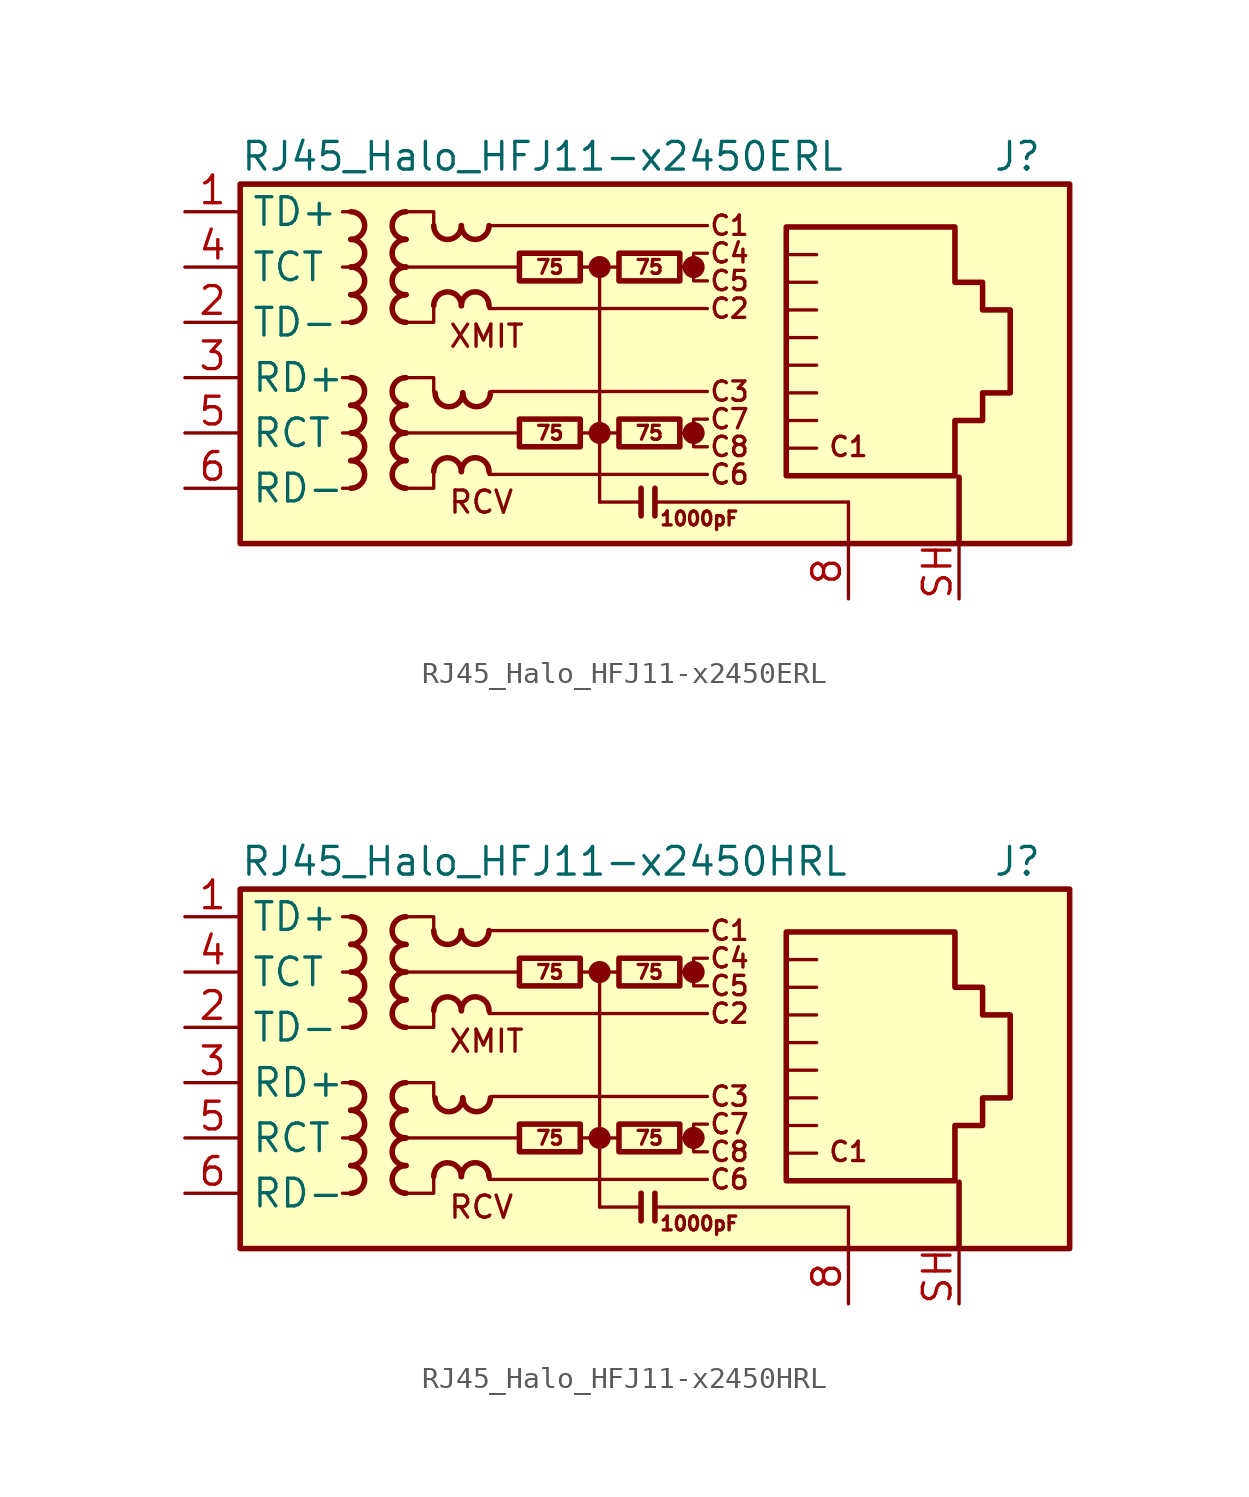
<source format=kicad_sym>
(kicad_symbol_lib
  (version 20220914)
  (generator kicad_symbol_editor)
  (symbol "RJ45_Halo_HFJ11-x2450ERL"
    (property "Reference" "J"
      (at 19.05 10.16 0)
      (effects (font (size 1.27 1.27)) (justify right)))
    (property "Value" "RJ45_Halo_HFJ11-x2450ERL"
      (at -17.78 10.16 0)
      (effects (font (size 1.27 1.27)) (justify left)))
    (symbol "RJ45_Halo_HFJ11-x2450ERL_0_0"
      (circle (center -1.27 -2.54) (radius 0.0001) (stroke (width 0.508) (type default)) (fill (type none)))
      (circle (center -1.27 5.08) (radius 0.0001) (stroke (width 0.508) (type default)) (fill (type none)))
      (polyline (pts (xy -1.27 5.08) (xy -1.27 -5.715)) (stroke (width 0) (type default)) (fill (type none)))
      (polyline (pts (xy 0.635 -5.08) (xy 0.635 -6.35)) (stroke (width 0.254) (type default)) (fill (type none)))
      (polyline (pts (xy 1.27 -5.08) (xy 1.27 -6.35)) (stroke (width 0.254) (type default)) (fill (type none)))
      (polyline (pts (xy 3.048 -2.54) (xy 2.54 -2.54)) (stroke (width 0) (type default)) (fill (type none)))
      (polyline (pts (xy 3.048 5.08) (xy 2.54 5.08)) (stroke (width 0) (type default)) (fill (type none)))
      (polyline (pts (xy 3.683 -1.905) (xy 3.048 -1.905) (xy 3.048 -3.175) (xy 3.683 -3.175)) (stroke (width 0) (type default)) (fill (type none)))
      (polyline (pts (xy 3.683 5.715) (xy 3.048 5.715) (xy 3.048 4.445) (xy 3.683 4.445)) (stroke (width 0) (type default)) (fill (type none)))
      (circle (center 3.048 -2.54) (radius 0.0001) (stroke (width 0.508) (type default)) (fill (type none)))
      (circle (center 3.048 5.08) (radius 0.0001) (stroke (width 0.508) (type default)) (fill (type none)))
      (text "C1" (at 4.699 6.985 0) (effects (font (size 0.889 0.889))))
      (text "C1" (at 10.16 -3.175 0) (effects (font (size 0.889 0.889))))
      (text "C2" (at 4.699 3.175 0) (effects (font (size 0.889 0.889))))
      (text "C3" (at 4.699 -0.635 0) (effects (font (size 0.889 0.889))))
      (text "C4" (at 4.699 5.715 0) (effects (font (size 0.889 0.889))))
      (text "C5" (at 4.699 4.445 0) (effects (font (size 0.889 0.889))))
      (text "C6" (at 4.699 -4.445 0) (effects (font (size 0.889 0.889))))
      (text "C7" (at 4.699 -1.905 0) (effects (font (size 0.889 0.889))))
      (text "C8" (at 4.699 -3.175 0) (effects (font (size 0.889 0.889))))
      (text "RCV" (at -8.255 -5.715 0) (effects (font (size 1.016 1.016)) (justify left)))
      (text "XMIT" (at -8.255 1.905 0) (effects (font (size 1.016 1.016)) (justify left))))
    (symbol "RJ45_Halo_HFJ11-x2450ERL_0_1"
      (rectangle (start -17.78 8.89) (end 20.32 -7.62) (stroke (width 0.254) (type default)) (fill (type background)))
      (polyline (pts (xy -12.7 -5.08) (xy -13.081 -5.08)) (stroke (width 0) (type default)) (fill (type none)))
      (polyline (pts (xy -12.7 -2.54) (xy -13.081 -2.54)) (stroke (width 0) (type default)) (fill (type none)))
      (polyline (pts (xy -12.7 0) (xy -13.081 0)) (stroke (width 0) (type default)) (fill (type none)))
      (polyline (pts (xy -12.7 2.54) (xy -13.081 2.54)) (stroke (width 0) (type default)) (fill (type none)))
      (polyline (pts (xy -12.7 5.08) (xy -13.081 5.08)) (stroke (width 0) (type default)) (fill (type none)))
      (polyline (pts (xy -12.7 7.62) (xy -13.081 7.62)) (stroke (width 0) (type default)) (fill (type none)))
      (polyline (pts (xy -6.35 -4.445) (xy 3.683 -4.445)) (stroke (width 0) (type default)) (fill (type none)))
      (polyline (pts (xy -6.35 3.175) (xy 3.683 3.175)) (stroke (width 0) (type default)) (fill (type none)))
      (polyline (pts (xy -6.35 6.985) (xy 3.683 6.985)) (stroke (width 0) (type default)) (fill (type none)))
      (polyline (pts (xy -6.223 -0.635) (xy 3.683 -0.635)) (stroke (width 0) (type default)) (fill (type none)))
      (polyline (pts (xy -5.08 -2.54) (xy -10.16 -2.54)) (stroke (width 0) (type default)) (fill (type none)))
      (polyline (pts (xy -4.953 5.08) (xy -10.16 5.08)) (stroke (width 0) (type default)) (fill (type none)))
      (polyline (pts (xy -2.159 -2.54) (xy -0.381 -2.54)) (stroke (width 0) (type default)) (fill (type none)))
      (polyline (pts (xy -2.159 5.08) (xy -0.381 5.08)) (stroke (width 0) (type default)) (fill (type none)))
      (polyline (pts (xy 0.635 -5.715) (xy -1.27 -5.715)) (stroke (width 0) (type default)) (fill (type none)))
      (polyline (pts (xy 7.429 -1.968) (xy 8.7 -1.968)) (stroke (width 0) (type default)) (fill (type none)))
      (polyline (pts (xy 7.429 -0.699) (xy 8.7 -0.699)) (stroke (width 0) (type default)) (fill (type none)))
      (polyline (pts (xy 7.429 0.572) (xy 8.7 0.572)) (stroke (width 0) (type default)) (fill (type none)))
      (polyline (pts (xy 7.429 1.841) (xy 8.7 1.841)) (stroke (width 0) (type default)) (fill (type none)))
      (polyline (pts (xy 7.429 3.111) (xy 8.7 3.111)) (stroke (width 0) (type default)) (fill (type none)))
      (polyline (pts (xy 8.7 -3.239) (xy 7.429 -3.239)) (stroke (width 0) (type default)) (fill (type none)))
      (polyline (pts (xy 8.7 4.381) (xy 7.429 4.381)) (stroke (width 0) (type default)) (fill (type none)))
      (polyline (pts (xy 8.7 5.652) (xy 7.429 5.652)) (stroke (width 0) (type default)) (fill (type none)))
      (polyline (pts (xy 10.16 -5.715) (xy 1.27 -5.715)) (stroke (width 0) (type default)) (fill (type none)))
      (polyline (pts (xy 10.16 -5.715) (xy 10.16 -7.62)) (stroke (width 0) (type default)) (fill (type none)))
      (polyline (pts (xy -10.16 0) (xy -8.89 0) (xy -8.89 -0.635)) (stroke (width 0) (type default)) (fill (type none)))
      (polyline (pts (xy -10.16 7.62) (xy -8.89 7.62) (xy -8.89 6.985)) (stroke (width 0) (type default)) (fill (type none)))
      (polyline (pts (xy -8.89 -4.445) (xy -8.89 -5.08) (xy -10.16 -5.08)) (stroke (width 0) (type default)) (fill (type none)))
      (polyline (pts (xy -8.89 3.175) (xy -8.89 2.54) (xy -10.16 2.54)) (stroke (width 0) (type default)) (fill (type none))))
    (symbol "RJ45_Halo_HFJ11-x2450ERL_1_0"
      (text "1000pF" (at 3.302 -6.477 0) (effects (font (size 0.635 0.635)))))
    (symbol "RJ45_Halo_HFJ11-x2450ERL_1_1"
      (arc (start -12.7 -1.27) (mid -12.0677 -0.635) (end -12.7 0) (stroke (width 0.254) (type default)) (fill (type none)))
      (arc (start -12.6973 -5.08) (mid -12.065 -4.445) (end -12.6973 -3.81) (stroke (width 0.254) (type default)) (fill (type none)))
      (arc (start -12.6973 -3.81) (mid -12.065 -3.175) (end -12.6973 -2.54) (stroke (width 0.254) (type default)) (fill (type none)))
      (arc (start -12.6973 -2.54) (mid -12.065 -1.905) (end -12.6973 -1.27) (stroke (width 0.254) (type default)) (fill (type none)))
      (arc (start -12.6973 6.35) (mid -12.065 6.985) (end -12.6973 7.62) (stroke (width 0.254) (type default)) (fill (type none)))
      (arc (start -12.6946 2.54) (mid -12.0623 3.175) (end -12.6946 3.81) (stroke (width 0.254) (type default)) (fill (type none)))
      (arc (start -12.6946 3.81) (mid -12.0623 4.445) (end -12.6946 5.08) (stroke (width 0.254) (type default)) (fill (type none)))
      (arc (start -12.6946 5.08) (mid -12.0623 5.715) (end -12.6946 6.35) (stroke (width 0.254) (type default)) (fill (type none)))
      (arc (start -10.1654 -2.54) (mid -10.7977 -3.175) (end -10.1654 -3.81) (stroke (width 0.254) (type default)) (fill (type none)))
      (arc (start -10.1654 -1.27) (mid -10.7977 -1.905) (end -10.1654 -2.54) (stroke (width 0.254) (type default)) (fill (type none)))
      (arc (start -10.1654 0) (mid -10.7977 -0.635) (end -10.1654 -1.27) (stroke (width 0.254) (type default)) (fill (type none)))
      (arc (start -10.1654 5.08) (mid -10.7977 4.445) (end -10.1654 3.81) (stroke (width 0.254) (type default)) (fill (type none)))
      (arc (start -10.1654 6.35) (mid -10.7977 5.715) (end -10.1654 5.08) (stroke (width 0.254) (type default)) (fill (type none)))
      (arc (start -10.1654 7.62) (mid -10.7977 6.985) (end -10.1654 6.35) (stroke (width 0.254) (type default)) (fill (type none)))
      (arc (start -10.1627 -3.81) (mid -10.795 -4.445) (end -10.1627 -5.08) (stroke (width 0.254) (type default)) (fill (type none)))
      (arc (start -10.1627 3.81) (mid -10.795 3.175) (end -10.1627 2.54) (stroke (width 0.254) (type default)) (fill (type none)))
      (arc (start -8.89 6.9823) (mid -8.255 6.35) (end -7.62 6.9823) (stroke (width 0.254) (type default)) (fill (type none)))
      (arc (start -8.8265 -0.7012) (mid -8.1915 -1.3335) (end -7.5565 -0.7012) (stroke (width 0.254) (type default)) (fill (type none)))
      (arc (start -7.62 -4.3153) (mid -8.255 -3.683) (end -8.89 -4.3153) (stroke (width 0.254) (type default)) (fill (type none)))
      (arc (start -7.62 3.3047) (mid -8.255 3.937) (end -8.89 3.3047) (stroke (width 0.254) (type default)) (fill (type none)))
      (arc (start -7.62 6.985) (mid -6.985 6.3527) (end -6.35 6.985) (stroke (width 0.254) (type default)) (fill (type none)))
      (arc (start -7.5565 -0.6985) (mid -6.9215 -1.3308) (end -6.2865 -0.6985) (stroke (width 0.254) (type default)) (fill (type none)))
      (arc (start -6.35 -4.3126) (mid -6.985 -3.6803) (end -7.62 -4.3126) (stroke (width 0.254) (type default)) (fill (type none)))
      (arc (start -6.35 3.3074) (mid -6.985 3.9397) (end -7.62 3.3074) (stroke (width 0.254) (type default)) (fill (type none)))
      (rectangle (start -4.953 -1.905) (end -2.159 -3.175) (stroke (width 0.254) (type default)) (fill (type none)))
      (rectangle (start -4.953 5.715) (end -2.159 4.445) (stroke (width 0.254) (type default)) (fill (type none)))
      (rectangle (start -0.381 -1.905) (end 2.413 -3.175) (stroke (width 0.254) (type default)) (fill (type none)))
      (rectangle (start -0.381 5.715) (end 2.413 4.445) (stroke (width 0.254) (type default)) (fill (type none)))
      (polyline (pts (xy 15.24 -7.62) (xy 15.24 -4.572)) (stroke (width 0.254) (type default)) (fill (type none)))
      (polyline (pts (xy 7.303 -4.508) (xy 7.303 6.921) (xy 15.05 6.921) (xy 15.05 4.381) (xy 16.32 4.381) (xy 16.32 3.111) (xy 17.59 3.111) (xy 17.59 -0.699) (xy 16.32 -0.699) (xy 16.32 -1.968) (xy 15.05 -1.968) (xy 15.05 -4.508) (xy 7.303 -4.508)) (stroke (width 0.254) (type default)) (fill (type none)))
      (text "75" (at -3.556 -2.54 0) (effects (font (size 0.635 0.635))))
      (text "75" (at -3.556 5.08 0) (effects (font (size 0.635 0.635))))
      (text "75" (at 1.016 -2.54 0) (effects (font (size 0.635 0.635))))
      (text "75" (at 1.016 5.08 0) (effects (font (size 0.635 0.635))))
      (pin passive line (at -20.32 7.62 0) (length 2.54) (name "TD+" (effects (font (size 1.27 1.27)))) (number "1" (effects (font (size 1.27 1.27)))))
      (pin passive line (at -20.32 2.54 0) (length 2.54) (name "TD-" (effects (font (size 1.27 1.27)))) (number "2" (effects (font (size 1.27 1.27)))))
      (pin passive line (at -20.32 0 0) (length 2.54) (name "RD+" (effects (font (size 1.27 1.27)))) (number "3" (effects (font (size 1.27 1.27)))))
      (pin passive line (at -20.32 5.08 0) (length 2.54) (name "TCT" (effects (font (size 1.27 1.27)))) (number "4" (effects (font (size 1.27 1.27)))))
      (pin passive line (at -20.32 -2.54 0) (length 2.54) (name "RCT" (effects (font (size 1.27 1.27)))) (number "5" (effects (font (size 1.27 1.27)))))
      (pin passive line (at -20.32 -5.08 0) (length 2.54) (name "RD-" (effects (font (size 1.27 1.27)))) (number "6" (effects (font (size 1.27 1.27)))))
      (pin power_in line (at 10.16 -10.16 90) (length 2.54) (name "" (effects (font (size 1.27 1.27)))) (number "8" (effects (font (size 1.27 1.27)))))
      (pin passive line (at 15.24 -10.16 90) (length 2.54) (name "" (effects (font (size 1.27 1.27)))) (number "SH" (effects (font (size 1.27 1.27)))))))
  (symbol "RJ45_Halo_HFJ11-x2450HRL"
    (property "Reference" "J"
      (at 19.05 10.16 0)
      (effects (font (size 1.27 1.27)) (justify right)))
    (property "Value" "RJ45_Halo_HFJ11-x2450HRL"
      (at -17.78 10.16 0)
      (effects (font (size 1.27 1.27)) (justify left)))
    (symbol "RJ45_Halo_HFJ11-x2450HRL_0_0"
      (circle (center -1.27 -2.54) (radius 0.0001) (stroke (width 0.508) (type default)) (fill (type none)))
      (circle (center -1.27 5.08) (radius 0.0001) (stroke (width 0.508) (type default)) (fill (type none)))
      (polyline (pts (xy -1.27 5.08) (xy -1.27 -5.715)) (stroke (width 0) (type default)) (fill (type none)))
      (polyline (pts (xy 0.635 -5.08) (xy 0.635 -6.35)) (stroke (width 0.254) (type default)) (fill (type none)))
      (polyline (pts (xy 1.27 -5.08) (xy 1.27 -6.35)) (stroke (width 0.254) (type default)) (fill (type none)))
      (polyline (pts (xy 3.048 -2.54) (xy 2.54 -2.54)) (stroke (width 0) (type default)) (fill (type none)))
      (polyline (pts (xy 3.048 5.08) (xy 2.54 5.08)) (stroke (width 0) (type default)) (fill (type none)))
      (polyline (pts (xy 3.683 -1.905) (xy 3.048 -1.905) (xy 3.048 -3.175) (xy 3.683 -3.175)) (stroke (width 0) (type default)) (fill (type none)))
      (polyline (pts (xy 3.683 5.715) (xy 3.048 5.715) (xy 3.048 4.445) (xy 3.683 4.445)) (stroke (width 0) (type default)) (fill (type none)))
      (circle (center 3.048 -2.54) (radius 0.0001) (stroke (width 0.508) (type default)) (fill (type none)))
      (circle (center 3.048 5.08) (radius 0.0001) (stroke (width 0.508) (type default)) (fill (type none)))
      (text "C1" (at 4.699 6.985 0) (effects (font (size 0.889 0.889))))
      (text "C1" (at 10.16 -3.175 0) (effects (font (size 0.889 0.889))))
      (text "C2" (at 4.699 3.175 0) (effects (font (size 0.889 0.889))))
      (text "C3" (at 4.699 -0.635 0) (effects (font (size 0.889 0.889))))
      (text "C4" (at 4.699 5.715 0) (effects (font (size 0.889 0.889))))
      (text "C5" (at 4.699 4.445 0) (effects (font (size 0.889 0.889))))
      (text "C6" (at 4.699 -4.445 0) (effects (font (size 0.889 0.889))))
      (text "C7" (at 4.699 -1.905 0) (effects (font (size 0.889 0.889))))
      (text "C8" (at 4.699 -3.175 0) (effects (font (size 0.889 0.889))))
      (text "RCV" (at -8.255 -5.715 0) (effects (font (size 1.016 1.016)) (justify left)))
      (text "XMIT" (at -8.255 1.905 0) (effects (font (size 1.016 1.016)) (justify left))))
    (symbol "RJ45_Halo_HFJ11-x2450HRL_0_1"
      (rectangle (start -17.78 8.89) (end 20.32 -7.62) (stroke (width 0.254) (type default)) (fill (type background)))
      (polyline (pts (xy -12.7 -5.08) (xy -13.081 -5.08)) (stroke (width 0) (type default)) (fill (type none)))
      (polyline (pts (xy -12.7 -2.54) (xy -13.081 -2.54)) (stroke (width 0) (type default)) (fill (type none)))
      (polyline (pts (xy -12.7 0) (xy -13.081 0)) (stroke (width 0) (type default)) (fill (type none)))
      (polyline (pts (xy -12.7 2.54) (xy -13.081 2.54)) (stroke (width 0) (type default)) (fill (type none)))
      (polyline (pts (xy -12.7 5.08) (xy -13.081 5.08)) (stroke (width 0) (type default)) (fill (type none)))
      (polyline (pts (xy -12.7 7.62) (xy -13.081 7.62)) (stroke (width 0) (type default)) (fill (type none)))
      (polyline (pts (xy -6.35 -4.445) (xy 3.683 -4.445)) (stroke (width 0) (type default)) (fill (type none)))
      (polyline (pts (xy -6.35 3.175) (xy 3.683 3.175)) (stroke (width 0) (type default)) (fill (type none)))
      (polyline (pts (xy -6.35 6.985) (xy 3.683 6.985)) (stroke (width 0) (type default)) (fill (type none)))
      (polyline (pts (xy -6.223 -0.635) (xy 3.683 -0.635)) (stroke (width 0) (type default)) (fill (type none)))
      (polyline (pts (xy -5.08 -2.54) (xy -10.16 -2.54)) (stroke (width 0) (type default)) (fill (type none)))
      (polyline (pts (xy -4.953 5.08) (xy -10.16 5.08)) (stroke (width 0) (type default)) (fill (type none)))
      (polyline (pts (xy -2.159 -2.54) (xy -0.381 -2.54)) (stroke (width 0) (type default)) (fill (type none)))
      (polyline (pts (xy -2.159 5.08) (xy -0.381 5.08)) (stroke (width 0) (type default)) (fill (type none)))
      (polyline (pts (xy 0.635 -5.715) (xy -1.27 -5.715)) (stroke (width 0) (type default)) (fill (type none)))
      (polyline (pts (xy 7.429 -1.968) (xy 8.7 -1.968)) (stroke (width 0) (type default)) (fill (type none)))
      (polyline (pts (xy 7.429 -0.699) (xy 8.7 -0.699)) (stroke (width 0) (type default)) (fill (type none)))
      (polyline (pts (xy 7.429 0.572) (xy 8.7 0.572)) (stroke (width 0) (type default)) (fill (type none)))
      (polyline (pts (xy 7.429 1.841) (xy 8.7 1.841)) (stroke (width 0) (type default)) (fill (type none)))
      (polyline (pts (xy 7.429 3.111) (xy 8.7 3.111)) (stroke (width 0) (type default)) (fill (type none)))
      (polyline (pts (xy 8.7 -3.239) (xy 7.429 -3.239)) (stroke (width 0) (type default)) (fill (type none)))
      (polyline (pts (xy 8.7 4.381) (xy 7.429 4.381)) (stroke (width 0) (type default)) (fill (type none)))
      (polyline (pts (xy 8.7 5.652) (xy 7.429 5.652)) (stroke (width 0) (type default)) (fill (type none)))
      (polyline (pts (xy 10.16 -5.715) (xy 1.27 -5.715)) (stroke (width 0) (type default)) (fill (type none)))
      (polyline (pts (xy 10.16 -5.715) (xy 10.16 -7.62)) (stroke (width 0) (type default)) (fill (type none)))
      (polyline (pts (xy -10.16 0) (xy -8.89 0) (xy -8.89 -0.635)) (stroke (width 0) (type default)) (fill (type none)))
      (polyline (pts (xy -10.16 7.62) (xy -8.89 7.62) (xy -8.89 6.985)) (stroke (width 0) (type default)) (fill (type none)))
      (polyline (pts (xy -8.89 -4.445) (xy -8.89 -5.08) (xy -10.16 -5.08)) (stroke (width 0) (type default)) (fill (type none)))
      (polyline (pts (xy -8.89 3.175) (xy -8.89 2.54) (xy -10.16 2.54)) (stroke (width 0) (type default)) (fill (type none))))
    (symbol "RJ45_Halo_HFJ11-x2450HRL_1_0"
      (text "1000pF" (at 3.302 -6.477 0) (effects (font (size 0.635 0.635)))))
    (symbol "RJ45_Halo_HFJ11-x2450HRL_1_1"
      (arc (start -12.7 -1.27) (mid -12.0677 -0.635) (end -12.7 0) (stroke (width 0.254) (type default)) (fill (type none)))
      (arc (start -12.6973 -5.08) (mid -12.065 -4.445) (end -12.6973 -3.81) (stroke (width 0.254) (type default)) (fill (type none)))
      (arc (start -12.6973 -3.81) (mid -12.065 -3.175) (end -12.6973 -2.54) (stroke (width 0.254) (type default)) (fill (type none)))
      (arc (start -12.6973 -2.54) (mid -12.065 -1.905) (end -12.6973 -1.27) (stroke (width 0.254) (type default)) (fill (type none)))
      (arc (start -12.6973 6.35) (mid -12.065 6.985) (end -12.6973 7.62) (stroke (width 0.254) (type default)) (fill (type none)))
      (arc (start -12.6946 2.54) (mid -12.0623 3.175) (end -12.6946 3.81) (stroke (width 0.254) (type default)) (fill (type none)))
      (arc (start -12.6946 3.81) (mid -12.0623 4.445) (end -12.6946 5.08) (stroke (width 0.254) (type default)) (fill (type none)))
      (arc (start -12.6946 5.08) (mid -12.0623 5.715) (end -12.6946 6.35) (stroke (width 0.254) (type default)) (fill (type none)))
      (arc (start -10.1654 -2.54) (mid -10.7977 -3.175) (end -10.1654 -3.81) (stroke (width 0.254) (type default)) (fill (type none)))
      (arc (start -10.1654 -1.27) (mid -10.7977 -1.905) (end -10.1654 -2.54) (stroke (width 0.254) (type default)) (fill (type none)))
      (arc (start -10.1654 0) (mid -10.7977 -0.635) (end -10.1654 -1.27) (stroke (width 0.254) (type default)) (fill (type none)))
      (arc (start -10.1654 5.08) (mid -10.7977 4.445) (end -10.1654 3.81) (stroke (width 0.254) (type default)) (fill (type none)))
      (arc (start -10.1654 6.35) (mid -10.7977 5.715) (end -10.1654 5.08) (stroke (width 0.254) (type default)) (fill (type none)))
      (arc (start -10.1654 7.62) (mid -10.7977 6.985) (end -10.1654 6.35) (stroke (width 0.254) (type default)) (fill (type none)))
      (arc (start -10.1627 -3.81) (mid -10.795 -4.445) (end -10.1627 -5.08) (stroke (width 0.254) (type default)) (fill (type none)))
      (arc (start -10.1627 3.81) (mid -10.795 3.175) (end -10.1627 2.54) (stroke (width 0.254) (type default)) (fill (type none)))
      (arc (start -8.89 6.9823) (mid -8.255 6.35) (end -7.62 6.9823) (stroke (width 0.254) (type default)) (fill (type none)))
      (arc (start -8.8265 -0.7012) (mid -8.1915 -1.3335) (end -7.5565 -0.7012) (stroke (width 0.254) (type default)) (fill (type none)))
      (arc (start -7.62 -4.3153) (mid -8.255 -3.683) (end -8.89 -4.3153) (stroke (width 0.254) (type default)) (fill (type none)))
      (arc (start -7.62 3.3047) (mid -8.255 3.937) (end -8.89 3.3047) (stroke (width 0.254) (type default)) (fill (type none)))
      (arc (start -7.62 6.985) (mid -6.985 6.3527) (end -6.35 6.985) (stroke (width 0.254) (type default)) (fill (type none)))
      (arc (start -7.5565 -0.6985) (mid -6.9215 -1.3308) (end -6.2865 -0.6985) (stroke (width 0.254) (type default)) (fill (type none)))
      (arc (start -6.35 -4.3126) (mid -6.985 -3.6803) (end -7.62 -4.3126) (stroke (width 0.254) (type default)) (fill (type none)))
      (arc (start -6.35 3.3074) (mid -6.985 3.9397) (end -7.62 3.3074) (stroke (width 0.254) (type default)) (fill (type none)))
      (rectangle (start -4.953 -1.905) (end -2.159 -3.175) (stroke (width 0.254) (type default)) (fill (type none)))
      (rectangle (start -4.953 5.715) (end -2.159 4.445) (stroke (width 0.254) (type default)) (fill (type none)))
      (rectangle (start -0.381 -1.905) (end 2.413 -3.175) (stroke (width 0.254) (type default)) (fill (type none)))
      (rectangle (start -0.381 5.715) (end 2.413 4.445) (stroke (width 0.254) (type default)) (fill (type none)))
      (polyline (pts (xy 15.24 -7.62) (xy 15.24 -4.572)) (stroke (width 0.254) (type default)) (fill (type none)))
      (polyline (pts (xy 7.303 -4.508) (xy 7.303 6.921) (xy 15.05 6.921) (xy 15.05 4.381) (xy 16.32 4.381) (xy 16.32 3.111) (xy 17.59 3.111) (xy 17.59 -0.699) (xy 16.32 -0.699) (xy 16.32 -1.968) (xy 15.05 -1.968) (xy 15.05 -4.508) (xy 7.303 -4.508)) (stroke (width 0.254) (type default)) (fill (type none)))
      (text "75" (at -3.556 -2.54 0) (effects (font (size 0.635 0.635))))
      (text "75" (at -3.556 5.08 0) (effects (font (size 0.635 0.635))))
      (text "75" (at 1.016 -2.54 0) (effects (font (size 0.635 0.635))))
      (text "75" (at 1.016 5.08 0) (effects (font (size 0.635 0.635))))
      (pin passive line (at -20.32 7.62 0) (length 2.54) (name "TD+" (effects (font (size 1.27 1.27)))) (number "1" (effects (font (size 1.27 1.27)))))
      (pin passive line (at -20.32 2.54 0) (length 2.54) (name "TD-" (effects (font (size 1.27 1.27)))) (number "2" (effects (font (size 1.27 1.27)))))
      (pin passive line (at -20.32 0 0) (length 2.54) (name "RD+" (effects (font (size 1.27 1.27)))) (number "3" (effects (font (size 1.27 1.27)))))
      (pin passive line (at -20.32 5.08 0) (length 2.54) (name "TCT" (effects (font (size 1.27 1.27)))) (number "4" (effects (font (size 1.27 1.27)))))
      (pin passive line (at -20.32 -2.54 0) (length 2.54) (name "RCT" (effects (font (size 1.27 1.27)))) (number "5" (effects (font (size 1.27 1.27)))))
      (pin passive line (at -20.32 -5.08 0) (length 2.54) (name "RD-" (effects (font (size 1.27 1.27)))) (number "6" (effects (font (size 1.27 1.27)))))
      (pin no_connect line (at 20.32 0 0) (length 0) hide (name "NC" (effects (font (size 1.27 1.27)))) (number "7" (effects (font (size 1.27 1.27)))))
      (pin power_in line (at 10.16 -10.16 90) (length 2.54) (name "" (effects (font (size 1.27 1.27)))) (number "8" (effects (font (size 1.27 1.27)))))
      (pin passive line (at 15.24 -10.16 90) (length 2.54) (name "" (effects (font (size 1.27 1.27)))) (number "SH" (effects (font (size 1.27 1.27))))))))
</source>
